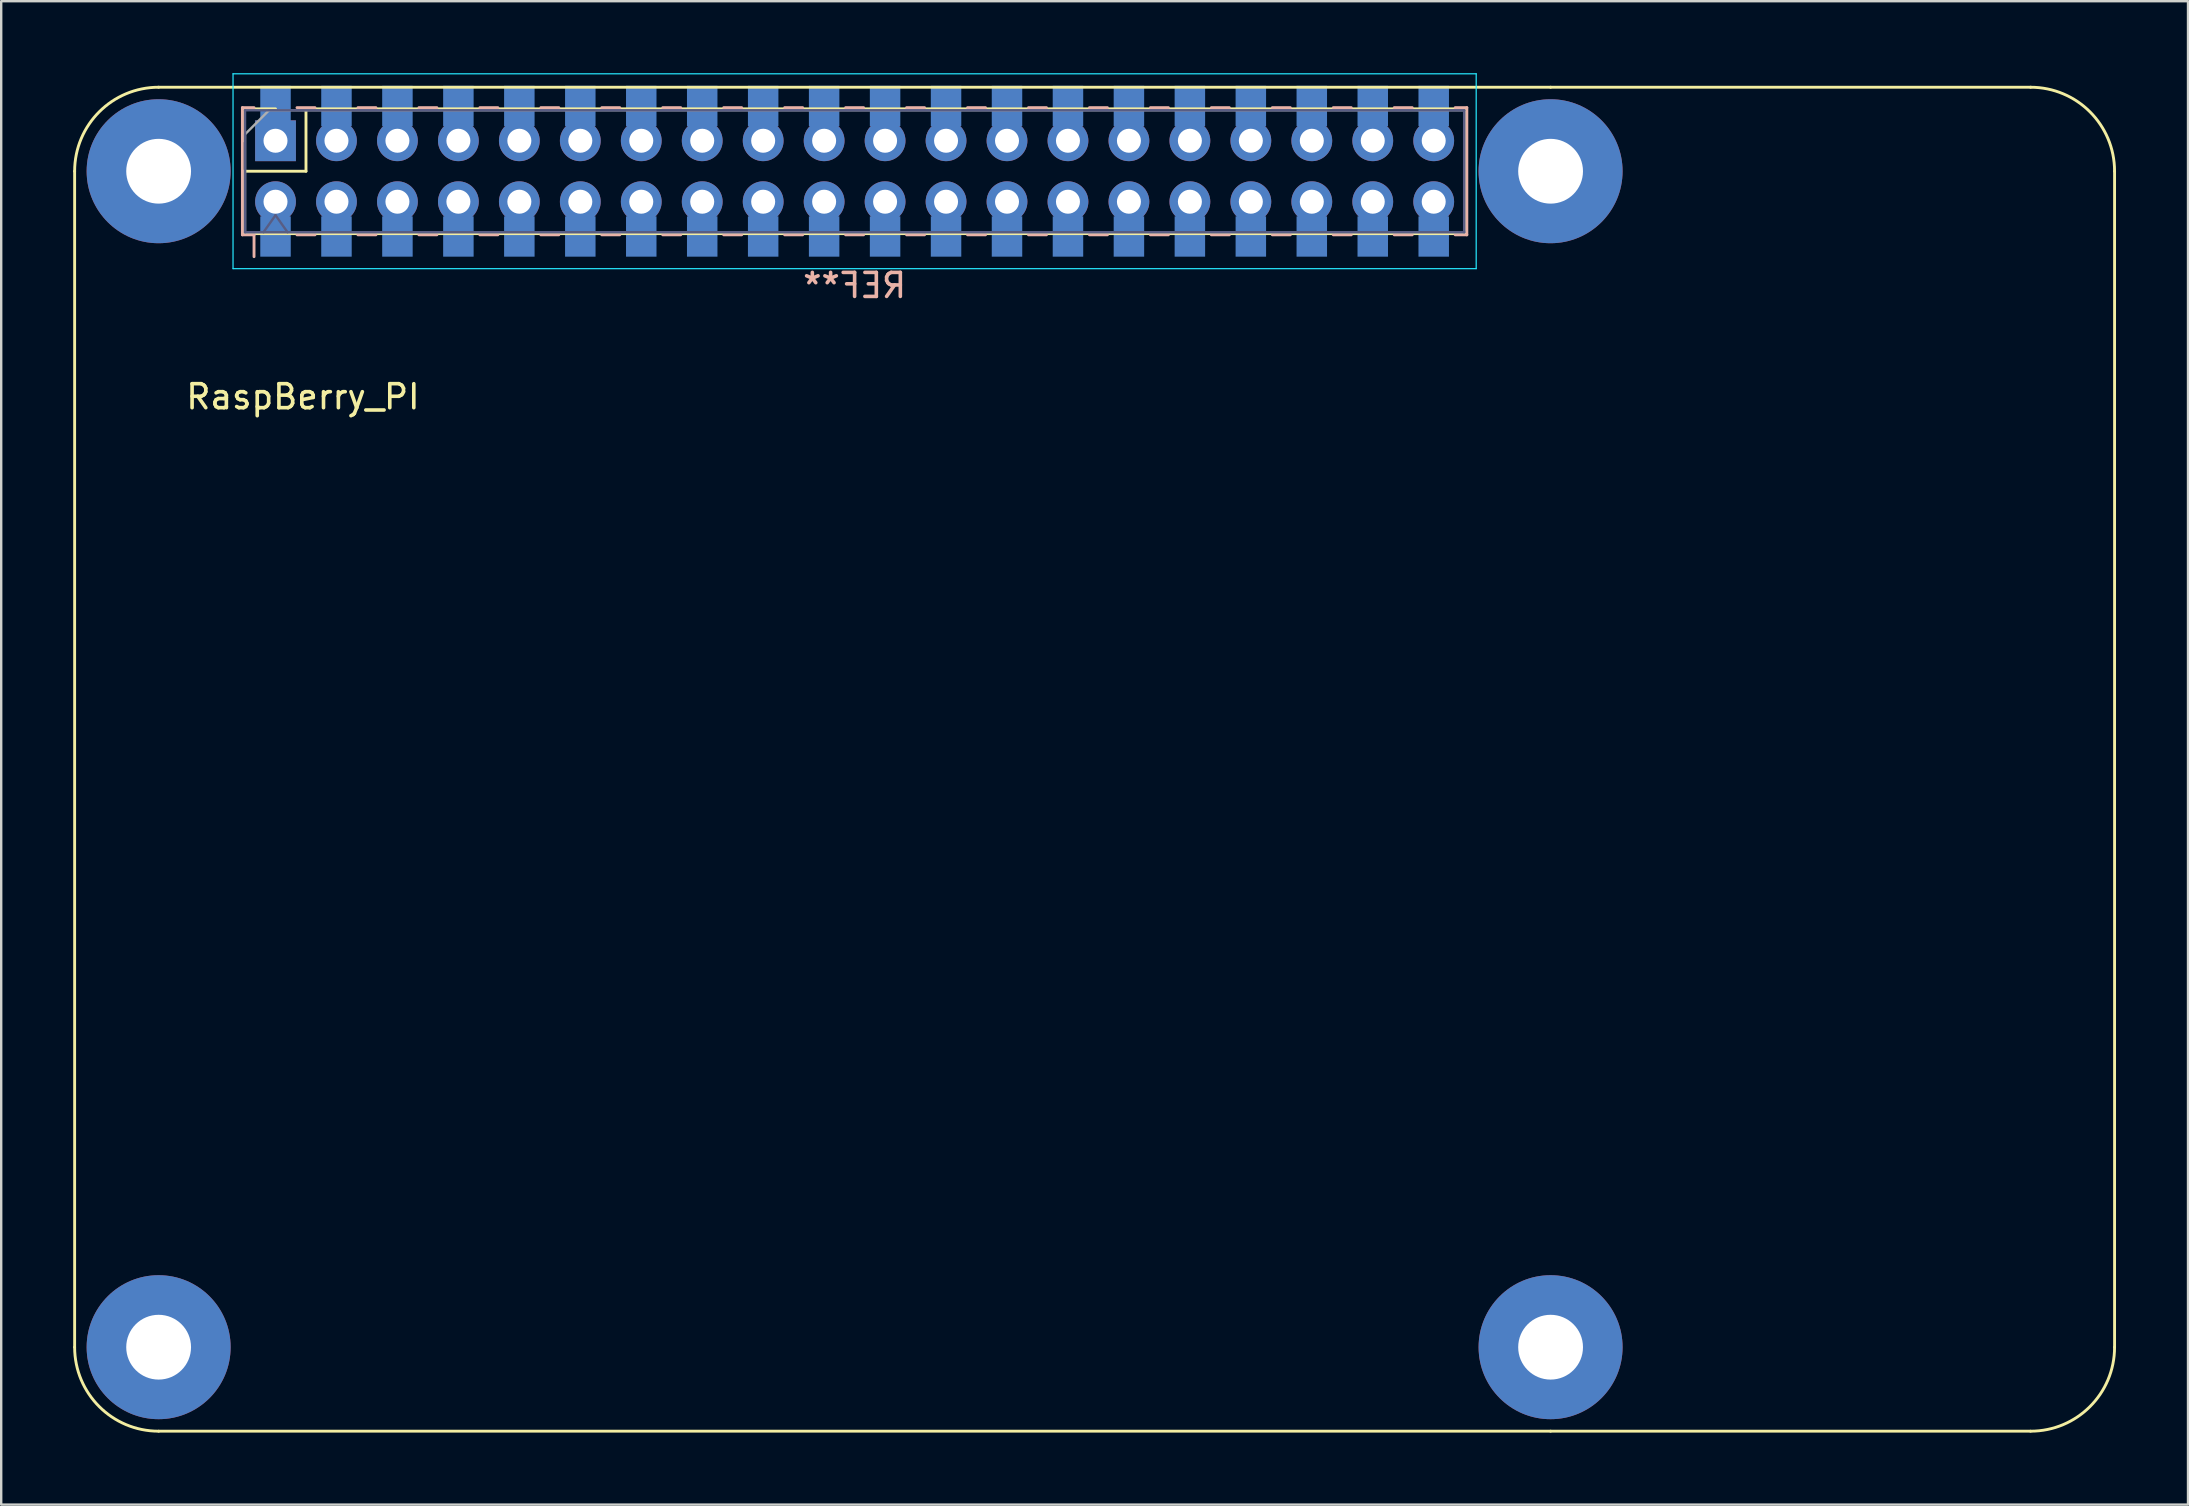
<source format=kicad_pcb>
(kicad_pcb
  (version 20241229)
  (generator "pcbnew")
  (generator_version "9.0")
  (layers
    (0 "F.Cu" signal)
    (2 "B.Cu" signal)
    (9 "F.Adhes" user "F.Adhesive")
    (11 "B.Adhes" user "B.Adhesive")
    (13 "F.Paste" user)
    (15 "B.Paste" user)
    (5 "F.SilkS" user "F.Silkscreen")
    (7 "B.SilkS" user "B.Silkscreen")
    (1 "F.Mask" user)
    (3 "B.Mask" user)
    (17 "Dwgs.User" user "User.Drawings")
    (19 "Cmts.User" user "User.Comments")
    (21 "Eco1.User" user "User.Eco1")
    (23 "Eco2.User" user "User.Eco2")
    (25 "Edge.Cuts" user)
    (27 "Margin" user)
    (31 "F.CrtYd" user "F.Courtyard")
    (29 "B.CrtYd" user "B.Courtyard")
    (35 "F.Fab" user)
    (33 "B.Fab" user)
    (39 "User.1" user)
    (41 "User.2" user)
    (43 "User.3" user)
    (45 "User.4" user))
  (footprint "RaspBerry_PI"
    (layer "F.Cu")
    (at 32.56 4.085)
    (property "Reference" "RaspBerry_PI" (at -22.987 9.398 0) (layer "F.SilkS") (effects (font (size 1 1) (thickness 0.15))))
    (attr through_hole)
    (fp_line (start -32.5 49) (end -32.5 0) (stroke (width 0.12) (type solid)) (layer "F.SilkS"))
    (fp_line (start -29 -3.5) (end 29 -3.5) (stroke (width 0.12) (type solid)) (layer "F.SilkS"))
    (fp_line (start -25.46 -2.6) (end -24.13 -2.6) (stroke (width 0.12) (type solid)) (layer "F.SilkS"))
    (fp_line (start -25.46 -1.27) (end -25.46 -2.6) (stroke (width 0.12) (type solid)) (layer "F.SilkS"))
    (fp_line (start -25.46 0) (end -22.86 0) (stroke (width 0.12) (type solid)) (layer "F.SilkS"))
    (fp_line (start -25.46 2.6) (end -25.46 0) (stroke (width 0.12) (type solid)) (layer "F.SilkS"))
    (fp_line (start -25.46 2.6) (end 25.46 2.6) (stroke (width 0.12) (type solid)) (layer "F.SilkS"))
    (fp_line (start -22.86 -2.6) (end 25.46 -2.6) (stroke (width 0.12) (type solid)) (layer "F.SilkS"))
    (fp_line (start -22.86 0) (end -22.86 -2.6) (stroke (width 0.12) (type solid)) (layer "F.SilkS"))
    (fp_line (start 25.46 2.6) (end 25.46 -2.6) (stroke (width 0.12) (type solid)) (layer "F.SilkS"))
    (fp_line (start 29 -3.5) (end 49 -3.5) (stroke (width 0.12) (type solid)) (layer "F.SilkS"))
    (fp_line (start 29 52.5) (end -29 52.5) (stroke (width 0.12) (type solid)) (layer "F.SilkS"))
    (fp_line (start 29 52.5) (end 49 52.5) (stroke (width 0.12) (type solid)) (layer "F.SilkS"))
    (fp_line (start 52.5 0) (end 52.5 49) (stroke (width 0.12) (type solid)) (layer "F.SilkS"))
    (fp_arc (start -32.5 0) (mid -31.474874 -2.474874) (end -29 -3.5) (stroke (width 0.12) (type solid)) (layer "F.SilkS"))
    (fp_arc (start -29 52.5) (mid -31.474874 51.474874) (end -32.5 49) (stroke (width 0.12) (type solid)) (layer "F.SilkS"))
    (fp_arc (start 49 -3.5) (mid 51.474874 -2.474874) (end 52.5 0) (stroke (width 0.12) (type solid)) (layer "F.SilkS"))
    (fp_arc (start 52.5 49) (mid 51.474874 51.474874) (end 49 52.5) (stroke (width 0.12) (type solid)) (layer "F.SilkS"))
    (fp_line (start -25.51 -2.65) (end -25.025 -2.65) (stroke (width 0.12) (type solid)) (layer "B.SilkS"))
    (fp_line (start -25.51 2.65) (end -25.51 -2.65) (stroke (width 0.12) (type solid)) (layer "B.SilkS"))
    (fp_line (start -25.025 2.65) (end -25.51 2.65) (stroke (width 0.12) (type solid)) (layer "B.SilkS"))
    (fp_line (start -25.025 3.56) (end -25.025 2.65) (stroke (width 0.12) (type solid)) (layer "B.SilkS"))
    (fp_line (start -23.235 -2.65) (end -22.485 -2.65) (stroke (width 0.12) (type solid)) (layer "B.SilkS"))
    (fp_line (start -23.235 2.65) (end -22.485 2.65) (stroke (width 0.12) (type solid)) (layer "B.SilkS"))
    (fp_line (start -20.695 -2.65) (end -19.945 -2.65) (stroke (width 0.12) (type solid)) (layer "B.SilkS"))
    (fp_line (start -20.695 2.65) (end -19.945 2.65) (stroke (width 0.12) (type solid)) (layer "B.SilkS"))
    (fp_line (start -18.155 -2.65) (end -17.405 -2.65) (stroke (width 0.12) (type solid)) (layer "B.SilkS"))
    (fp_line (start -18.155 2.65) (end -17.405 2.65) (stroke (width 0.12) (type solid)) (layer "B.SilkS"))
    (fp_line (start -15.615 -2.65) (end -14.865 -2.65) (stroke (width 0.12) (type solid)) (layer "B.SilkS"))
    (fp_line (start -15.615 2.65) (end -14.865 2.65) (stroke (width 0.12) (type solid)) (layer "B.SilkS"))
    (fp_line (start -13.075 -2.65) (end -12.325 -2.65) (stroke (width 0.12) (type solid)) (layer "B.SilkS"))
    (fp_line (start -13.075 2.65) (end -12.325 2.65) (stroke (width 0.12) (type solid)) (layer "B.SilkS"))
    (fp_line (start -10.535 -2.65) (end -9.785 -2.65) (stroke (width 0.12) (type solid)) (layer "B.SilkS"))
    (fp_line (start -10.535 2.65) (end -9.785 2.65) (stroke (width 0.12) (type solid)) (layer "B.SilkS"))
    (fp_line (start -7.995 -2.65) (end -7.245 -2.65) (stroke (width 0.12) (type solid)) (layer "B.SilkS"))
    (fp_line (start -7.995 2.65) (end -7.245 2.65) (stroke (width 0.12) (type solid)) (layer "B.SilkS"))
    (fp_line (start -5.455 -2.65) (end -4.705 -2.65) (stroke (width 0.12) (type solid)) (layer "B.SilkS"))
    (fp_line (start -5.455 2.65) (end -4.705 2.65) (stroke (width 0.12) (type solid)) (layer "B.SilkS"))
    (fp_line (start -2.915 -2.65) (end -2.165 -2.65) (stroke (width 0.12) (type solid)) (layer "B.SilkS"))
    (fp_line (start -2.915 2.65) (end -2.165 2.65) (stroke (width 0.12) (type solid)) (layer "B.SilkS"))
    (fp_line (start -0.375 -2.65) (end 0.375 -2.65) (stroke (width 0.12) (type solid)) (layer "B.SilkS"))
    (fp_line (start -0.375 2.65) (end 0.375 2.65) (stroke (width 0.12) (type solid)) (layer "B.SilkS"))
    (fp_line (start 2.165 -2.65) (end 2.915 -2.65) (stroke (width 0.12) (type solid)) (layer "B.SilkS"))
    (fp_line (start 2.165 2.65) (end 2.915 2.65) (stroke (width 0.12) (type solid)) (layer "B.SilkS"))
    (fp_line (start 4.705 -2.65) (end 5.455 -2.65) (stroke (width 0.12) (type solid)) (layer "B.SilkS"))
    (fp_line (start 4.705 2.65) (end 5.455 2.65) (stroke (width 0.12) (type solid)) (layer "B.SilkS"))
    (fp_line (start 7.245 -2.65) (end 7.995 -2.65) (stroke (width 0.12) (type solid)) (layer "B.SilkS"))
    (fp_line (start 7.245 2.65) (end 7.995 2.65) (stroke (width 0.12) (type solid)) (layer "B.SilkS"))
    (fp_line (start 9.785 -2.65) (end 10.535 -2.65) (stroke (width 0.12) (type solid)) (layer "B.SilkS"))
    (fp_line (start 9.785 2.65) (end 10.535 2.65) (stroke (width 0.12) (type solid)) (layer "B.SilkS"))
    (fp_line (start 12.325 -2.65) (end 13.075 -2.65) (stroke (width 0.12) (type solid)) (layer "B.SilkS"))
    (fp_line (start 12.325 2.65) (end 13.075 2.65) (stroke (width 0.12) (type solid)) (layer "B.SilkS"))
    (fp_line (start 14.865 -2.65) (end 15.615 -2.65) (stroke (width 0.12) (type solid)) (layer "B.SilkS"))
    (fp_line (start 14.865 2.65) (end 15.615 2.65) (stroke (width 0.12) (type solid)) (layer "B.SilkS"))
    (fp_line (start 17.405 -2.65) (end 18.155 -2.65) (stroke (width 0.12) (type solid)) (layer "B.SilkS"))
    (fp_line (start 17.405 2.65) (end 18.155 2.65) (stroke (width 0.12) (type solid)) (layer "B.SilkS"))
    (fp_line (start 19.945 -2.65) (end 20.695 -2.65) (stroke (width 0.12) (type solid)) (layer "B.SilkS"))
    (fp_line (start 19.945 2.65) (end 20.695 2.65) (stroke (width 0.12) (type solid)) (layer "B.SilkS"))
    (fp_line (start 22.485 -2.65) (end 23.235 -2.65) (stroke (width 0.12) (type solid)) (layer "B.SilkS"))
    (fp_line (start 22.485 2.65) (end 23.235 2.65) (stroke (width 0.12) (type solid)) (layer "B.SilkS"))
    (fp_line (start 25.025 2.65) (end 25.51 2.65) (stroke (width 0.12) (type solid)) (layer "B.SilkS"))
    (fp_line (start 25.51 -2.65) (end 25.025 -2.65) (stroke (width 0.12) (type solid)) (layer "B.SilkS"))
    (fp_line (start 25.51 2.65) (end 25.51 -2.65) (stroke (width 0.12) (type solid)) (layer "B.SilkS"))
    (fp_line (start -25.9 -4.06) (end -25.9 4.06) (stroke (width 0.05) (type solid)) (layer "B.CrtYd"))
    (fp_line (start -25.9 4.06) (end 25.9 4.06) (stroke (width 0.05) (type solid)) (layer "B.CrtYd"))
    (fp_line (start 25.9 -4.06) (end -25.9 -4.06) (stroke (width 0.05) (type solid)) (layer "B.CrtYd"))
    (fp_line (start 25.9 4.06) (end 25.9 -4.06) (stroke (width 0.05) (type solid)) (layer "B.CrtYd"))
    (fp_line (start -25.4 -2.54) (end -25.4 2.54) (stroke (width 0.1) (type solid)) (layer "B.Fab"))
    (fp_line (start -25.4 2.54) (end 25.4 2.54) (stroke (width 0.1) (type solid)) (layer "B.Fab"))
    (fp_line (start -24.63 2.54) (end -24.13 1.833) (stroke (width 0.1) (type solid)) (layer "B.Fab"))
    (fp_line (start -24.13 1.833) (end -23.63 2.54) (stroke (width 0.1) (type solid)) (layer "B.Fab"))
    (fp_line (start 25.4 -2.54) (end -25.4 -2.54) (stroke (width 0.1) (type solid)) (layer "B.Fab"))
    (fp_line (start 25.4 2.54) (end 25.4 -2.54) (stroke (width 0.1) (type solid)) (layer "B.Fab"))
    (fp_line (start -25.4 -1.54) (end -24.4 -2.54) (stroke (width 0.1) (type solid)) (layer "F.Fab"))
    (fp_line (start -25.4 2.54) (end -25.4 -1.54) (stroke (width 0.1) (type solid)) (layer "F.Fab"))
    (fp_line (start -24.4 -2.54) (end 25.4 -2.54) (stroke (width 0.1) (type solid)) (layer "F.Fab"))
    (fp_line (start 25.4 -2.54) (end 25.4 2.54) (stroke (width 0.1) (type solid)) (layer "F.Fab"))
    (fp_line (start 25.4 2.54) (end -25.4 2.54) (stroke (width 0.1) (type solid)) (layer "F.Fab"))
    (fp_text user "REF**" (at 0 4.76 0) (layer "B.SilkS") (effects (font (size 1 1) (thickness 0.15)) (justify mirror)))
    (pad "" thru_hole circle (at -29 0) (size 6 6) (drill 2.7) (layers "*.Cu" "*.Mask"))
    (pad "" thru_hole circle (at -29 49) (size 6 6) (drill 2.7) (layers "*.Cu" "*.Mask"))
    (pad "" thru_hole circle (at 29 0 180) (size 6 6) (drill 2.7) (layers "*.Cu" "*.Mask"))
    (pad "" thru_hole circle (at 29 49 180) (size 6 6) (drill 2.7) (layers "*.Cu" "*.Mask"))
    (pad "1" thru_hole oval (at -24.13 1.27 90) (size 1.7 1.7) (drill 1) (layers "*.Cu" "*.Mask"))
    (pad "1" smd rect (at -24.13 2.72) (size 1.27 1.68) (layers "B.Cu" "B.Mask" "B.Paste"))
    (pad "2" smd rect (at -24.13 -2.72) (size 1.27 1.68) (layers "B.Cu" "B.Mask" "B.Paste"))
    (pad "2" thru_hole rect (at -24.13 -1.27 90) (size 1.7 1.7) (drill 1) (layers "*.Cu" "*.Mask"))
    (pad "3" thru_hole oval (at -21.59 1.27 90) (size 1.7 1.7) (drill 1) (layers "*.Cu" "*.Mask"))
    (pad "3" smd rect (at -21.59 2.72) (size 1.27 1.68) (layers "B.Cu" "B.Mask" "B.Paste"))
    (pad "4" smd rect (at -21.59 -2.72) (size 1.27 1.68) (layers "B.Cu" "B.Mask" "B.Paste"))
    (pad "4" thru_hole oval (at -21.59 -1.27 90) (size 1.7 1.7) (drill 1) (layers "*.Cu" "*.Mask"))
    (pad "5" thru_hole oval (at -19.05 1.27 90) (size 1.7 1.7) (drill 1) (layers "*.Cu" "*.Mask"))
    (pad "5" smd rect (at -19.05 2.72) (size 1.27 1.68) (layers "B.Cu" "B.Mask" "B.Paste"))
    (pad "6" smd rect (at -19.05 -2.72) (size 1.27 1.68) (layers "B.Cu" "B.Mask" "B.Paste"))
    (pad "6" thru_hole oval (at -19.05 -1.27 90) (size 1.7 1.7) (drill 1) (layers "*.Cu" "*.Mask"))
    (pad "7" thru_hole oval (at -16.51 1.27 90) (size 1.7 1.7) (drill 1) (layers "*.Cu" "*.Mask"))
    (pad "7" smd rect (at -16.51 2.72) (size 1.27 1.68) (layers "B.Cu" "B.Mask" "B.Paste"))
    (pad "8" smd rect (at -16.51 -2.72) (size 1.27 1.68) (layers "B.Cu" "B.Mask" "B.Paste"))
    (pad "8" thru_hole oval (at -16.51 -1.27 90) (size 1.7 1.7) (drill 1) (layers "*.Cu" "*.Mask"))
    (pad "9" thru_hole oval (at -13.97 1.27 90) (size 1.7 1.7) (drill 1) (layers "*.Cu" "*.Mask"))
    (pad "9" smd rect (at -13.97 2.72) (size 1.27 1.68) (layers "B.Cu" "B.Mask" "B.Paste"))
    (pad "10" smd rect (at -13.97 -2.72) (size 1.27 1.68) (layers "B.Cu" "B.Mask" "B.Paste"))
    (pad "10" thru_hole oval (at -13.97 -1.27 90) (size 1.7 1.7) (drill 1) (layers "*.Cu" "*.Mask"))
    (pad "11" thru_hole oval (at -11.43 1.27 90) (size 1.7 1.7) (drill 1) (layers "*.Cu" "*.Mask"))
    (pad "11" smd rect (at -11.43 2.72) (size 1.27 1.68) (layers "B.Cu" "B.Mask" "B.Paste"))
    (pad "12" smd rect (at -11.43 -2.72) (size 1.27 1.68) (layers "B.Cu" "B.Mask" "B.Paste"))
    (pad "12" thru_hole oval (at -11.43 -1.27 90) (size 1.7 1.7) (drill 1) (layers "*.Cu" "*.Mask"))
    (pad "13" thru_hole oval (at -8.89 1.27 90) (size 1.7 1.7) (drill 1) (layers "*.Cu" "*.Mask"))
    (pad "13" smd rect (at -8.89 2.72) (size 1.27 1.68) (layers "B.Cu" "B.Mask" "B.Paste"))
    (pad "14" smd rect (at -8.89 -2.72) (size 1.27 1.68) (layers "B.Cu" "B.Mask" "B.Paste"))
    (pad "14" thru_hole oval (at -8.89 -1.27 90) (size 1.7 1.7) (drill 1) (layers "*.Cu" "*.Mask"))
    (pad "15" thru_hole oval (at -6.35 1.27 90) (size 1.7 1.7) (drill 1) (layers "*.Cu" "*.Mask"))
    (pad "15" smd rect (at -6.35 2.72) (size 1.27 1.68) (layers "B.Cu" "B.Mask" "B.Paste"))
    (pad "16" smd rect (at -6.35 -2.72) (size 1.27 1.68) (layers "B.Cu" "B.Mask" "B.Paste"))
    (pad "16" thru_hole oval (at -6.35 -1.27 90) (size 1.7 1.7) (drill 1) (layers "*.Cu" "*.Mask"))
    (pad "17" thru_hole oval (at -3.81 1.27 90) (size 1.7 1.7) (drill 1) (layers "*.Cu" "*.Mask"))
    (pad "17" smd rect (at -3.81 2.72) (size 1.27 1.68) (layers "B.Cu" "B.Mask" "B.Paste"))
    (pad "18" smd rect (at -3.81 -2.72) (size 1.27 1.68) (layers "B.Cu" "B.Mask" "B.Paste"))
    (pad "18" thru_hole oval (at -3.81 -1.27 90) (size 1.7 1.7) (drill 1) (layers "*.Cu" "*.Mask"))
    (pad "19" thru_hole oval (at -1.27 1.27 90) (size 1.7 1.7) (drill 1) (layers "*.Cu" "*.Mask"))
    (pad "19" smd rect (at -1.27 2.72) (size 1.27 1.68) (layers "B.Cu" "B.Mask" "B.Paste"))
    (pad "20" smd rect (at -1.27 -2.72) (size 1.27 1.68) (layers "B.Cu" "B.Mask" "B.Paste"))
    (pad "20" thru_hole oval (at -1.27 -1.27 90) (size 1.7 1.7) (drill 1) (layers "*.Cu" "*.Mask"))
    (pad "21" thru_hole oval (at 1.27 1.27 90) (size 1.7 1.7) (drill 1) (layers "*.Cu" "*.Mask"))
    (pad "21" smd rect (at 1.27 2.72) (size 1.27 1.68) (layers "B.Cu" "B.Mask" "B.Paste"))
    (pad "22" smd rect (at 1.27 -2.72) (size 1.27 1.68) (layers "B.Cu" "B.Mask" "B.Paste"))
    (pad "22" thru_hole oval (at 1.27 -1.27 90) (size 1.7 1.7) (drill 1) (layers "*.Cu" "*.Mask"))
    (pad "23" thru_hole oval (at 3.81 1.27 90) (size 1.7 1.7) (drill 1) (layers "*.Cu" "*.Mask"))
    (pad "23" smd rect (at 3.81 2.72) (size 1.27 1.68) (layers "B.Cu" "B.Mask" "B.Paste"))
    (pad "24" smd rect (at 3.81 -2.72) (size 1.27 1.68) (layers "B.Cu" "B.Mask" "B.Paste"))
    (pad "24" thru_hole oval (at 3.81 -1.27 90) (size 1.7 1.7) (drill 1) (layers "*.Cu" "*.Mask"))
    (pad "25" thru_hole oval (at 6.35 1.27 90) (size 1.7 1.7) (drill 1) (layers "*.Cu" "*.Mask"))
    (pad "25" smd rect (at 6.35 2.72) (size 1.27 1.68) (layers "B.Cu" "B.Mask" "B.Paste"))
    (pad "26" smd rect (at 6.35 -2.72) (size 1.27 1.68) (layers "B.Cu" "B.Mask" "B.Paste"))
    (pad "26" thru_hole oval (at 6.35 -1.27 90) (size 1.7 1.7) (drill 1) (layers "*.Cu" "*.Mask"))
    (pad "27" thru_hole oval (at 8.89 1.27 90) (size 1.7 1.7) (drill 1) (layers "*.Cu" "*.Mask"))
    (pad "27" smd rect (at 8.89 2.72) (size 1.27 1.68) (layers "B.Cu" "B.Mask" "B.Paste"))
    (pad "28" smd rect (at 8.89 -2.72) (size 1.27 1.68) (layers "B.Cu" "B.Mask" "B.Paste"))
    (pad "28" thru_hole oval (at 8.89 -1.27 90) (size 1.7 1.7) (drill 1) (layers "*.Cu" "*.Mask"))
    (pad "29" thru_hole oval (at 11.43 1.27 90) (size 1.7 1.7) (drill 1) (layers "*.Cu" "*.Mask"))
    (pad "29" smd rect (at 11.43 2.72) (size 1.27 1.68) (layers "B.Cu" "B.Mask" "B.Paste"))
    (pad "30" smd rect (at 11.43 -2.72) (size 1.27 1.68) (layers "B.Cu" "B.Mask" "B.Paste"))
    (pad "30" thru_hole oval (at 11.43 -1.27 90) (size 1.7 1.7) (drill 1) (layers "*.Cu" "*.Mask"))
    (pad "31" thru_hole oval (at 13.97 1.27 90) (size 1.7 1.7) (drill 1) (layers "*.Cu" "*.Mask"))
    (pad "31" smd rect (at 13.97 2.72) (size 1.27 1.68) (layers "B.Cu" "B.Mask" "B.Paste"))
    (pad "32" smd rect (at 13.97 -2.72) (size 1.27 1.68) (layers "B.Cu" "B.Mask" "B.Paste"))
    (pad "32" thru_hole oval (at 13.97 -1.27 90) (size 1.7 1.7) (drill 1) (layers "*.Cu" "*.Mask"))
    (pad "33" thru_hole oval (at 16.51 1.27 90) (size 1.7 1.7) (drill 1) (layers "*.Cu" "*.Mask"))
    (pad "33" smd rect (at 16.51 2.72) (size 1.27 1.68) (layers "B.Cu" "B.Mask" "B.Paste"))
    (pad "34" smd rect (at 16.51 -2.72) (size 1.27 1.68) (layers "B.Cu" "B.Mask" "B.Paste"))
    (pad "34" thru_hole oval (at 16.51 -1.27 90) (size 1.7 1.7) (drill 1) (layers "*.Cu" "*.Mask"))
    (pad "35" thru_hole oval (at 19.05 1.27 90) (size 1.7 1.7) (drill 1) (layers "*.Cu" "*.Mask"))
    (pad "35" smd rect (at 19.05 2.72) (size 1.27 1.68) (layers "B.Cu" "B.Mask" "B.Paste"))
    (pad "36" smd rect (at 19.05 -2.72) (size 1.27 1.68) (layers "B.Cu" "B.Mask" "B.Paste"))
    (pad "36" thru_hole oval (at 19.05 -1.27 90) (size 1.7 1.7) (drill 1) (layers "*.Cu" "*.Mask"))
    (pad "37" thru_hole oval (at 21.59 1.27 90) (size 1.7 1.7) (drill 1) (layers "*.Cu" "*.Mask"))
    (pad "37" smd rect (at 21.59 2.72) (size 1.27 1.68) (layers "B.Cu" "B.Mask" "B.Paste"))
    (pad "38" smd rect (at 21.59 -2.72) (size 1.27 1.68) (layers "B.Cu" "B.Mask" "B.Paste"))
    (pad "38" thru_hole oval (at 21.59 -1.27 90) (size 1.7 1.7) (drill 1) (layers "*.Cu" "*.Mask"))
    (pad "39" thru_hole oval (at 24.13 1.27 90) (size 1.7 1.7) (drill 1) (layers "*.Cu" "*.Mask"))
    (pad "39" smd rect (at 24.13 2.72) (size 1.27 1.68) (layers "B.Cu" "B.Mask" "B.Paste"))
    (pad "40" smd rect (at 24.13 -2.72) (size 1.27 1.68) (layers "B.Cu" "B.Mask" "B.Paste"))
    (pad "40" thru_hole oval (at 24.13 -1.27 90) (size 1.7 1.7) (drill 1) (layers "*.Cu" "*.Mask")))
  (gr_rect
    (start -3 -3)
    (end 88.12 59.645)
    (stroke (width 0.1) (type default))
    (fill no)
    (layer "Edge.Cuts")))
</source>
